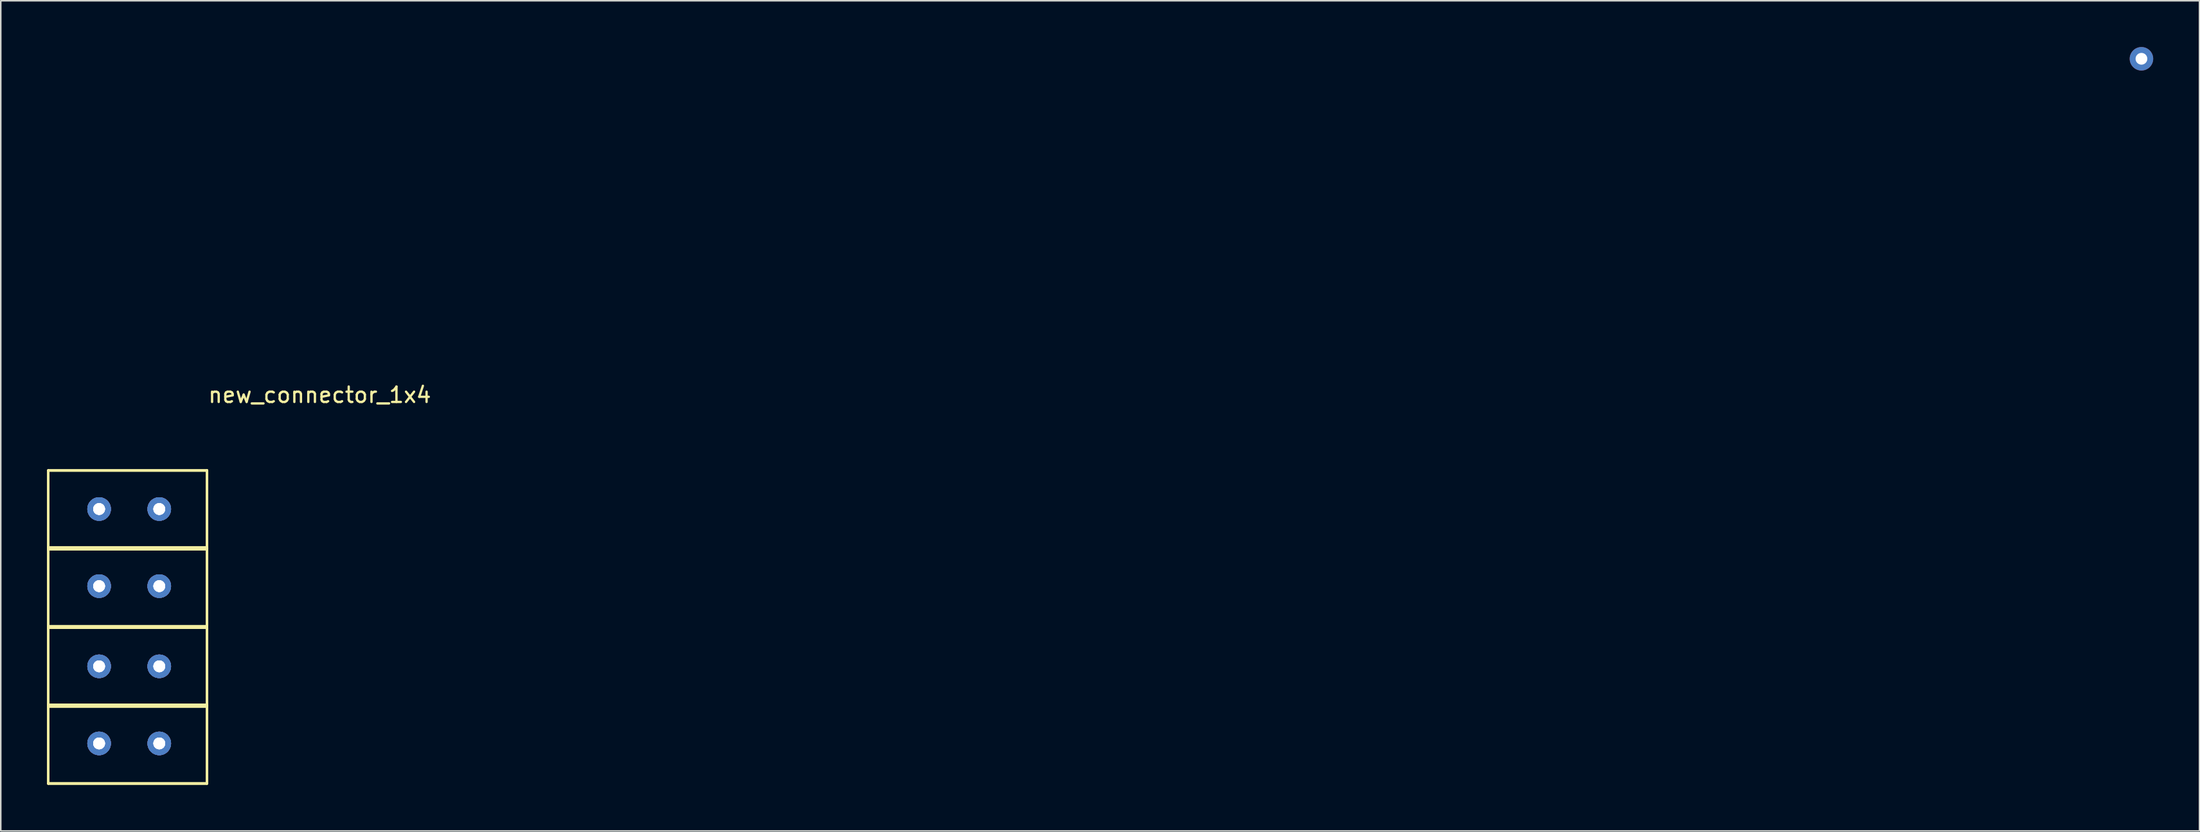
<source format=kicad_pcb>
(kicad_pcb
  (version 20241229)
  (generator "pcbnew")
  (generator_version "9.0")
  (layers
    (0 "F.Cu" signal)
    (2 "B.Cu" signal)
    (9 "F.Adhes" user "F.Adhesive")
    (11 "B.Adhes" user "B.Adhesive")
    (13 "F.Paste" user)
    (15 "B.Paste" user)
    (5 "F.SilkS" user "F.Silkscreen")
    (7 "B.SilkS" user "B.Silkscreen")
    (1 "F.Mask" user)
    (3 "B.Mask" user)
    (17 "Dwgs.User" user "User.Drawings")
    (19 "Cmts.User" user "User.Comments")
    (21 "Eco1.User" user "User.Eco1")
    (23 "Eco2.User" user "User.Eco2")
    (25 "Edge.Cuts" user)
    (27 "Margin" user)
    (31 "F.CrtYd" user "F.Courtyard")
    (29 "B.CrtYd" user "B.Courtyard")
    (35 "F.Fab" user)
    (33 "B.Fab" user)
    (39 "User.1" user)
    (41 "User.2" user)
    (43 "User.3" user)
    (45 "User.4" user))
  (footprint "new_connector_1x4"
    (layer "F.Cu")
    (at 17.675 22.062)
    (property "Reference" "new_connector_1x4" (at 0 0.5 0) (layer "F.SilkS") (effects (font (size 1 1) (thickness 0.15))))
    (attr through_hole)
    (fp_line (start -17.6 5.4) (end -17.6 10.5) (stroke (width 0.15) (type solid)) (layer "F.SilkS"))
    (fp_line (start -17.6 5.4) (end -17.6 10.5) (stroke (width 0.15) (type solid)) (layer "F.SilkS"))
    (fp_line (start -17.6 5.4) (end -17.6 10.5) (stroke (width 0.15) (type solid)) (layer "F.SilkS"))
    (fp_line (start -17.6 5.4) (end -17.6 10.5) (stroke (width 0.15) (type solid)) (layer "F.SilkS"))
    (fp_line (start -17.6 5.4) (end -7.3 5.4) (stroke (width 0.15) (type solid)) (layer "F.SilkS"))
    (fp_line (start -17.6 5.4) (end -7.3 5.4) (stroke (width 0.15) (type solid)) (layer "F.SilkS"))
    (fp_line (start -17.6 5.4) (end -7.3 5.4) (stroke (width 0.15) (type solid)) (layer "F.SilkS"))
    (fp_line (start -17.6 5.4) (end -7.3 5.4) (stroke (width 0.15) (type solid)) (layer "F.SilkS"))
    (fp_line (start -17.6 10.4) (end -17.6 15.5) (stroke (width 0.15) (type solid)) (layer "F.SilkS"))
    (fp_line (start -17.6 10.4) (end -17.6 15.5) (stroke (width 0.15) (type solid)) (layer "F.SilkS"))
    (fp_line (start -17.6 10.4) (end -17.6 15.5) (stroke (width 0.15) (type solid)) (layer "F.SilkS"))
    (fp_line (start -17.6 10.4) (end -17.6 15.5) (stroke (width 0.15) (type solid)) (layer "F.SilkS"))
    (fp_line (start -17.6 10.4) (end -7.3 10.4) (stroke (width 0.15) (type solid)) (layer "F.SilkS"))
    (fp_line (start -17.6 10.4) (end -7.3 10.4) (stroke (width 0.15) (type solid)) (layer "F.SilkS"))
    (fp_line (start -17.6 10.4) (end -7.3 10.4) (stroke (width 0.15) (type solid)) (layer "F.SilkS"))
    (fp_line (start -17.6 10.4) (end -7.3 10.4) (stroke (width 0.15) (type solid)) (layer "F.SilkS"))
    (fp_line (start -17.6 10.5) (end -7.3 10.5) (stroke (width 0.15) (type solid)) (layer "F.SilkS"))
    (fp_line (start -17.6 10.5) (end -7.3 10.5) (stroke (width 0.15) (type solid)) (layer "F.SilkS"))
    (fp_line (start -17.6 10.5) (end -7.3 10.5) (stroke (width 0.15) (type solid)) (layer "F.SilkS"))
    (fp_line (start -17.6 10.5) (end -7.3 10.5) (stroke (width 0.15) (type solid)) (layer "F.SilkS"))
    (fp_line (start -17.6 15.5) (end -7.3 15.5) (stroke (width 0.15) (type solid)) (layer "F.SilkS"))
    (fp_line (start -17.6 15.5) (end -7.3 15.5) (stroke (width 0.15) (type solid)) (layer "F.SilkS"))
    (fp_line (start -17.6 15.5) (end -7.3 15.5) (stroke (width 0.15) (type solid)) (layer "F.SilkS"))
    (fp_line (start -17.6 15.5) (end -7.3 15.5) (stroke (width 0.15) (type solid)) (layer "F.SilkS"))
    (fp_line (start -17.6 15.6) (end -17.6 20.7) (stroke (width 0.15) (type solid)) (layer "F.SilkS"))
    (fp_line (start -17.6 15.6) (end -17.6 20.7) (stroke (width 0.15) (type solid)) (layer "F.SilkS"))
    (fp_line (start -17.6 15.6) (end -17.6 20.7) (stroke (width 0.15) (type solid)) (layer "F.SilkS"))
    (fp_line (start -17.6 15.6) (end -17.6 20.7) (stroke (width 0.15) (type solid)) (layer "F.SilkS"))
    (fp_line (start -17.6 15.6) (end -7.3 15.6) (stroke (width 0.15) (type solid)) (layer "F.SilkS"))
    (fp_line (start -17.6 15.6) (end -7.3 15.6) (stroke (width 0.15) (type solid)) (layer "F.SilkS"))
    (fp_line (start -17.6 15.6) (end -7.3 15.6) (stroke (width 0.15) (type solid)) (layer "F.SilkS"))
    (fp_line (start -17.6 15.6) (end -7.3 15.6) (stroke (width 0.15) (type solid)) (layer "F.SilkS"))
    (fp_line (start -17.6 20.6) (end -17.6 25.7) (stroke (width 0.15) (type solid)) (layer "F.SilkS"))
    (fp_line (start -17.6 20.6) (end -17.6 25.7) (stroke (width 0.15) (type solid)) (layer "F.SilkS"))
    (fp_line (start -17.6 20.6) (end -17.6 25.7) (stroke (width 0.15) (type solid)) (layer "F.SilkS"))
    (fp_line (start -17.6 20.6) (end -17.6 25.7) (stroke (width 0.15) (type solid)) (layer "F.SilkS"))
    (fp_line (start -17.6 20.6) (end -7.3 20.6) (stroke (width 0.15) (type solid)) (layer "F.SilkS"))
    (fp_line (start -17.6 20.6) (end -7.3 20.6) (stroke (width 0.15) (type solid)) (layer "F.SilkS"))
    (fp_line (start -17.6 20.6) (end -7.3 20.6) (stroke (width 0.15) (type solid)) (layer "F.SilkS"))
    (fp_line (start -17.6 20.6) (end -7.3 20.6) (stroke (width 0.15) (type solid)) (layer "F.SilkS"))
    (fp_line (start -17.6 20.7) (end -7.3 20.7) (stroke (width 0.15) (type solid)) (layer "F.SilkS"))
    (fp_line (start -17.6 20.7) (end -7.3 20.7) (stroke (width 0.15) (type solid)) (layer "F.SilkS"))
    (fp_line (start -17.6 20.7) (end -7.3 20.7) (stroke (width 0.15) (type solid)) (layer "F.SilkS"))
    (fp_line (start -17.6 20.7) (end -7.3 20.7) (stroke (width 0.15) (type solid)) (layer "F.SilkS"))
    (fp_line (start -17.6 25.7) (end -7.3 25.7) (stroke (width 0.15) (type solid)) (layer "F.SilkS"))
    (fp_line (start -17.6 25.7) (end -7.3 25.7) (stroke (width 0.15) (type solid)) (layer "F.SilkS"))
    (fp_line (start -17.6 25.7) (end -7.3 25.7) (stroke (width 0.15) (type solid)) (layer "F.SilkS"))
    (fp_line (start -17.6 25.7) (end -7.3 25.7) (stroke (width 0.15) (type solid)) (layer "F.SilkS"))
    (fp_line (start -7.3 10.5) (end -7.3 5.4) (stroke (width 0.15) (type solid)) (layer "F.SilkS"))
    (fp_line (start -7.3 10.5) (end -7.3 5.4) (stroke (width 0.15) (type solid)) (layer "F.SilkS"))
    (fp_line (start -7.3 10.5) (end -7.3 5.4) (stroke (width 0.15) (type solid)) (layer "F.SilkS"))
    (fp_line (start -7.3 10.5) (end -7.3 5.4) (stroke (width 0.15) (type solid)) (layer "F.SilkS"))
    (fp_line (start -7.3 15.5) (end -7.3 10.4) (stroke (width 0.15) (type solid)) (layer "F.SilkS"))
    (fp_line (start -7.3 15.5) (end -7.3 10.4) (stroke (width 0.15) (type solid)) (layer "F.SilkS"))
    (fp_line (start -7.3 15.5) (end -7.3 10.4) (stroke (width 0.15) (type solid)) (layer "F.SilkS"))
    (fp_line (start -7.3 15.5) (end -7.3 10.4) (stroke (width 0.15) (type solid)) (layer "F.SilkS"))
    (fp_line (start -7.3 20.7) (end -7.3 15.6) (stroke (width 0.15) (type solid)) (layer "F.SilkS"))
    (fp_line (start -7.3 20.7) (end -7.3 15.6) (stroke (width 0.15) (type solid)) (layer "F.SilkS"))
    (fp_line (start -7.3 20.7) (end -7.3 15.6) (stroke (width 0.15) (type solid)) (layer "F.SilkS"))
    (fp_line (start -7.3 20.7) (end -7.3 15.6) (stroke (width 0.15) (type solid)) (layer "F.SilkS"))
    (fp_line (start -7.3 25.7) (end -7.3 20.6) (stroke (width 0.15) (type solid)) (layer "F.SilkS"))
    (fp_line (start -7.3 25.7) (end -7.3 20.6) (stroke (width 0.15) (type solid)) (layer "F.SilkS"))
    (fp_line (start -7.3 25.7) (end -7.3 20.6) (stroke (width 0.15) (type solid)) (layer "F.SilkS"))
    (fp_line (start -7.3 25.7) (end -7.3 20.6) (stroke (width 0.15) (type solid)) (layer "F.SilkS"))
    (fp_line (start -16.9 5.4) (end -16.9 10.5) (stroke (width 0.15) (type solid)) (layer "B.Paste"))
    (fp_line (start -16.9 5.4) (end -16.9 10.5) (stroke (width 0.15) (type solid)) (layer "B.Paste"))
    (fp_line (start -16.9 5.4) (end -16.9 10.5) (stroke (width 0.15) (type solid)) (layer "B.Paste"))
    (fp_line (start -16.9 5.4) (end -16.9 10.5) (stroke (width 0.15) (type solid)) (layer "B.Paste"))
    (fp_line (start -16.9 5.4) (end -7.9 5.4) (stroke (width 0.15) (type solid)) (layer "B.Paste"))
    (fp_line (start -16.9 5.4) (end -7.9 5.4) (stroke (width 0.15) (type solid)) (layer "B.Paste"))
    (fp_line (start -16.9 5.4) (end -7.9 5.4) (stroke (width 0.15) (type solid)) (layer "B.Paste"))
    (fp_line (start -16.9 5.4) (end -7.9 5.4) (stroke (width 0.15) (type solid)) (layer "B.Paste"))
    (fp_line (start -16.9 10.4) (end -16.9 15.5) (stroke (width 0.15) (type solid)) (layer "B.Paste"))
    (fp_line (start -16.9 10.4) (end -16.9 15.5) (stroke (width 0.15) (type solid)) (layer "B.Paste"))
    (fp_line (start -16.9 10.4) (end -16.9 15.5) (stroke (width 0.15) (type solid)) (layer "B.Paste"))
    (fp_line (start -16.9 10.4) (end -16.9 15.5) (stroke (width 0.15) (type solid)) (layer "B.Paste"))
    (fp_line (start -16.9 10.4) (end -7.9 10.4) (stroke (width 0.15) (type solid)) (layer "B.Paste"))
    (fp_line (start -16.9 10.4) (end -7.9 10.4) (stroke (width 0.15) (type solid)) (layer "B.Paste"))
    (fp_line (start -16.9 10.4) (end -7.9 10.4) (stroke (width 0.15) (type solid)) (layer "B.Paste"))
    (fp_line (start -16.9 10.4) (end -7.9 10.4) (stroke (width 0.15) (type solid)) (layer "B.Paste"))
    (fp_line (start -16.9 10.5) (end -7.8 10.5) (stroke (width 0.15) (type solid)) (layer "B.Paste"))
    (fp_line (start -16.9 10.5) (end -7.8 10.5) (stroke (width 0.15) (type solid)) (layer "B.Paste"))
    (fp_line (start -16.9 10.5) (end -7.8 10.5) (stroke (width 0.15) (type solid)) (layer "B.Paste"))
    (fp_line (start -16.9 10.5) (end -7.8 10.5) (stroke (width 0.15) (type solid)) (layer "B.Paste"))
    (fp_line (start -16.9 15.5) (end -7.8 15.5) (stroke (width 0.15) (type solid)) (layer "B.Paste"))
    (fp_line (start -16.9 15.5) (end -7.8 15.5) (stroke (width 0.15) (type solid)) (layer "B.Paste"))
    (fp_line (start -16.9 15.5) (end -7.8 15.5) (stroke (width 0.15) (type solid)) (layer "B.Paste"))
    (fp_line (start -16.9 15.5) (end -7.8 15.5) (stroke (width 0.15) (type solid)) (layer "B.Paste"))
    (fp_line (start -16.9 15.6) (end -16.9 20.7) (stroke (width 0.15) (type solid)) (layer "B.Paste"))
    (fp_line (start -16.9 15.6) (end -16.9 20.7) (stroke (width 0.15) (type solid)) (layer "B.Paste"))
    (fp_line (start -16.9 15.6) (end -16.9 20.7) (stroke (width 0.15) (type solid)) (layer "B.Paste"))
    (fp_line (start -16.9 15.6) (end -16.9 20.7) (stroke (width 0.15) (type solid)) (layer "B.Paste"))
    (fp_line (start -16.9 15.6) (end -7.9 15.6) (stroke (width 0.15) (type solid)) (layer "B.Paste"))
    (fp_line (start -16.9 15.6) (end -7.9 15.6) (stroke (width 0.15) (type solid)) (layer "B.Paste"))
    (fp_line (start -16.9 15.6) (end -7.9 15.6) (stroke (width 0.15) (type solid)) (layer "B.Paste"))
    (fp_line (start -16.9 15.6) (end -7.9 15.6) (stroke (width 0.15) (type solid)) (layer "B.Paste"))
    (fp_line (start -16.9 20.6) (end -16.9 25.7) (stroke (width 0.15) (type solid)) (layer "B.Paste"))
    (fp_line (start -16.9 20.6) (end -16.9 25.7) (stroke (width 0.15) (type solid)) (layer "B.Paste"))
    (fp_line (start -16.9 20.6) (end -16.9 25.7) (stroke (width 0.15) (type solid)) (layer "B.Paste"))
    (fp_line (start -16.9 20.6) (end -16.9 25.7) (stroke (width 0.15) (type solid)) (layer "B.Paste"))
    (fp_line (start -16.9 20.6) (end -7.9 20.6) (stroke (width 0.15) (type solid)) (layer "B.Paste"))
    (fp_line (start -16.9 20.6) (end -7.9 20.6) (stroke (width 0.15) (type solid)) (layer "B.Paste"))
    (fp_line (start -16.9 20.6) (end -7.9 20.6) (stroke (width 0.15) (type solid)) (layer "B.Paste"))
    (fp_line (start -16.9 20.6) (end -7.9 20.6) (stroke (width 0.15) (type solid)) (layer "B.Paste"))
    (fp_line (start -16.9 20.7) (end -7.8 20.7) (stroke (width 0.15) (type solid)) (layer "B.Paste"))
    (fp_line (start -16.9 20.7) (end -7.8 20.7) (stroke (width 0.15) (type solid)) (layer "B.Paste"))
    (fp_line (start -16.9 20.7) (end -7.8 20.7) (stroke (width 0.15) (type solid)) (layer "B.Paste"))
    (fp_line (start -16.9 20.7) (end -7.8 20.7) (stroke (width 0.15) (type solid)) (layer "B.Paste"))
    (fp_line (start -16.9 25.7) (end -7.8 25.7) (stroke (width 0.15) (type solid)) (layer "B.Paste"))
    (fp_line (start -16.9 25.7) (end -7.8 25.7) (stroke (width 0.15) (type solid)) (layer "B.Paste"))
    (fp_line (start -16.9 25.7) (end -7.8 25.7) (stroke (width 0.15) (type solid)) (layer "B.Paste"))
    (fp_line (start -16.9 25.7) (end -7.8 25.7) (stroke (width 0.15) (type solid)) (layer "B.Paste"))
    (fp_line (start -7.9 5.4) (end -8 5.4) (stroke (width 0.15) (type solid)) (layer "B.Paste"))
    (fp_line (start -7.9 5.4) (end -8 5.4) (stroke (width 0.15) (type solid)) (layer "B.Paste"))
    (fp_line (start -7.9 5.4) (end -8 5.4) (stroke (width 0.15) (type solid)) (layer "B.Paste"))
    (fp_line (start -7.9 5.4) (end -8 5.4) (stroke (width 0.15) (type solid)) (layer "B.Paste"))
    (fp_line (start -7.9 10.4) (end -8 10.4) (stroke (width 0.15) (type solid)) (layer "B.Paste"))
    (fp_line (start -7.9 10.4) (end -8 10.4) (stroke (width 0.15) (type solid)) (layer "B.Paste"))
    (fp_line (start -7.9 10.4) (end -8 10.4) (stroke (width 0.15) (type solid)) (layer "B.Paste"))
    (fp_line (start -7.9 10.4) (end -8 10.4) (stroke (width 0.15) (type solid)) (layer "B.Paste"))
    (fp_line (start -7.9 15.6) (end -8 15.6) (stroke (width 0.15) (type solid)) (layer "B.Paste"))
    (fp_line (start -7.9 15.6) (end -8 15.6) (stroke (width 0.15) (type solid)) (layer "B.Paste"))
    (fp_line (start -7.9 15.6) (end -8 15.6) (stroke (width 0.15) (type solid)) (layer "B.Paste"))
    (fp_line (start -7.9 15.6) (end -8 15.6) (stroke (width 0.15) (type solid)) (layer "B.Paste"))
    (fp_line (start -7.9 20.6) (end -8 20.6) (stroke (width 0.15) (type solid)) (layer "B.Paste"))
    (fp_line (start -7.9 20.6) (end -8 20.6) (stroke (width 0.15) (type solid)) (layer "B.Paste"))
    (fp_line (start -7.9 20.6) (end -8 20.6) (stroke (width 0.15) (type solid)) (layer "B.Paste"))
    (fp_line (start -7.9 20.6) (end -8 20.6) (stroke (width 0.15) (type solid)) (layer "B.Paste"))
    (fp_line (start -7.8 10.5) (end -7.8 5.4) (stroke (width 0.15) (type solid)) (layer "B.Paste"))
    (fp_line (start -7.8 10.5) (end -7.8 5.4) (stroke (width 0.15) (type solid)) (layer "B.Paste"))
    (fp_line (start -7.8 10.5) (end -7.8 5.4) (stroke (width 0.15) (type solid)) (layer "B.Paste"))
    (fp_line (start -7.8 10.5) (end -7.8 5.4) (stroke (width 0.15) (type solid)) (layer "B.Paste"))
    (fp_line (start -7.8 15.5) (end -7.8 10.4) (stroke (width 0.15) (type solid)) (layer "B.Paste"))
    (fp_line (start -7.8 15.5) (end -7.8 10.4) (stroke (width 0.15) (type solid)) (layer "B.Paste"))
    (fp_line (start -7.8 15.5) (end -7.8 10.4) (stroke (width 0.15) (type solid)) (layer "B.Paste"))
    (fp_line (start -7.8 15.5) (end -7.8 10.4) (stroke (width 0.15) (type solid)) (layer "B.Paste"))
    (fp_line (start -7.8 20.7) (end -7.8 15.6) (stroke (width 0.15) (type solid)) (layer "B.Paste"))
    (fp_line (start -7.8 20.7) (end -7.8 15.6) (stroke (width 0.15) (type solid)) (layer "B.Paste"))
    (fp_line (start -7.8 20.7) (end -7.8 15.6) (stroke (width 0.15) (type solid)) (layer "B.Paste"))
    (fp_line (start -7.8 20.7) (end -7.8 15.6) (stroke (width 0.15) (type solid)) (layer "B.Paste"))
    (fp_line (start -7.8 25.7) (end -7.8 20.6) (stroke (width 0.15) (type solid)) (layer "B.Paste"))
    (fp_line (start -7.8 25.7) (end -7.8 20.6) (stroke (width 0.15) (type solid)) (layer "B.Paste"))
    (fp_line (start -7.8 25.7) (end -7.8 20.6) (stroke (width 0.15) (type solid)) (layer "B.Paste"))
    (fp_line (start -7.8 25.7) (end -7.8 20.6) (stroke (width 0.15) (type solid)) (layer "B.Paste"))
    (pad "3" thru_hole circle (at 118.1 -21.3) (size 1.524 1.524) (drill 0.762) (layers "*.Cu" "*.Mask"))
    (pad "4" thru_hole circle (at -14.3 7.9) (size 1.524 1.524) (drill 0.762) (layers "*.Cu" "*.Mask"))
    (pad "4" thru_hole circle (at -14.3 7.9) (size 1.524 1.524) (drill 0.762) (layers "*.Cu" "*.Mask"))
    (pad "4" thru_hole circle (at -14.3 7.9) (size 1.524 1.524) (drill 0.762) (layers "*.Cu" "*.Mask"))
    (pad "4" thru_hole circle (at -14.3 7.9) (size 1.524 1.524) (drill 0.762) (layers "*.Cu" "*.Mask"))
    (pad "4" thru_hole circle (at -14.3 12.9) (size 1.524 1.524) (drill 0.762) (layers "*.Cu" "*.Mask"))
    (pad "4" thru_hole circle (at -14.3 12.9) (size 1.524 1.524) (drill 0.762) (layers "*.Cu" "*.Mask"))
    (pad "4" thru_hole circle (at -14.3 12.9) (size 1.524 1.524) (drill 0.762) (layers "*.Cu" "*.Mask"))
    (pad "4" thru_hole circle (at -14.3 12.9) (size 1.524 1.524) (drill 0.762) (layers "*.Cu" "*.Mask"))
    (pad "4" thru_hole circle (at -14.3 18.1) (size 1.524 1.524) (drill 0.762) (layers "*.Cu" "*.Mask"))
    (pad "4" thru_hole circle (at -14.3 18.1) (size 1.524 1.524) (drill 0.762) (layers "*.Cu" "*.Mask"))
    (pad "4" thru_hole circle (at -14.3 18.1) (size 1.524 1.524) (drill 0.762) (layers "*.Cu" "*.Mask"))
    (pad "4" thru_hole circle (at -14.3 18.1) (size 1.524 1.524) (drill 0.762) (layers "*.Cu" "*.Mask"))
    (pad "4" thru_hole circle (at -14.3 23.1) (size 1.524 1.524) (drill 0.762) (layers "*.Cu" "*.Mask"))
    (pad "4" thru_hole circle (at -14.3 23.1) (size 1.524 1.524) (drill 0.762) (layers "*.Cu" "*.Mask"))
    (pad "4" thru_hole circle (at -14.3 23.1) (size 1.524 1.524) (drill 0.762) (layers "*.Cu" "*.Mask"))
    (pad "4" thru_hole circle (at -14.3 23.1) (size 1.524 1.524) (drill 0.762) (layers "*.Cu" "*.Mask"))
    (pad "6" thru_hole circle (at -10.4 7.9) (size 1.524 1.524) (drill 0.762) (layers "*.Cu" "*.Mask"))
    (pad "6" thru_hole circle (at -10.4 7.9) (size 1.524 1.524) (drill 0.762) (layers "*.Cu" "*.Mask"))
    (pad "6" thru_hole circle (at -10.4 7.9) (size 1.524 1.524) (drill 0.762) (layers "*.Cu" "*.Mask"))
    (pad "6" thru_hole circle (at -10.4 7.9) (size 1.524 1.524) (drill 0.762) (layers "*.Cu" "*.Mask"))
    (pad "6" thru_hole circle (at -10.4 12.9) (size 1.524 1.524) (drill 0.762) (layers "*.Cu" "*.Mask"))
    (pad "6" thru_hole circle (at -10.4 12.9) (size 1.524 1.524) (drill 0.762) (layers "*.Cu" "*.Mask"))
    (pad "6" thru_hole circle (at -10.4 12.9) (size 1.524 1.524) (drill 0.762) (layers "*.Cu" "*.Mask"))
    (pad "6" thru_hole circle (at -10.4 12.9) (size 1.524 1.524) (drill 0.762) (layers "*.Cu" "*.Mask"))
    (pad "6" thru_hole circle (at -10.4 18.1) (size 1.524 1.524) (drill 0.762) (layers "*.Cu" "*.Mask"))
    (pad "6" thru_hole circle (at -10.4 18.1) (size 1.524 1.524) (drill 0.762) (layers "*.Cu" "*.Mask"))
    (pad "6" thru_hole circle (at -10.4 18.1) (size 1.524 1.524) (drill 0.762) (layers "*.Cu" "*.Mask"))
    (pad "6" thru_hole circle (at -10.4 18.1) (size 1.524 1.524) (drill 0.762) (layers "*.Cu" "*.Mask"))
    (pad "6" thru_hole circle (at -10.4 23.1) (size 1.524 1.524) (drill 0.762) (layers "*.Cu" "*.Mask"))
    (pad "6" thru_hole circle (at -10.4 23.1) (size 1.524 1.524) (drill 0.762) (layers "*.Cu" "*.Mask"))
    (pad "6" thru_hole circle (at -10.4 23.1) (size 1.524 1.524) (drill 0.762) (layers "*.Cu" "*.Mask"))
    (pad "6" thru_hole circle (at -10.4 23.1) (size 1.524 1.524) (drill 0.762) (layers "*.Cu" "*.Mask")))
  (gr_rect
    (start -3 -3)
    (end 139.537 50.837)
    (stroke (width 0.1) (type default))
    (fill no)
    (layer "Edge.Cuts")))
</source>
